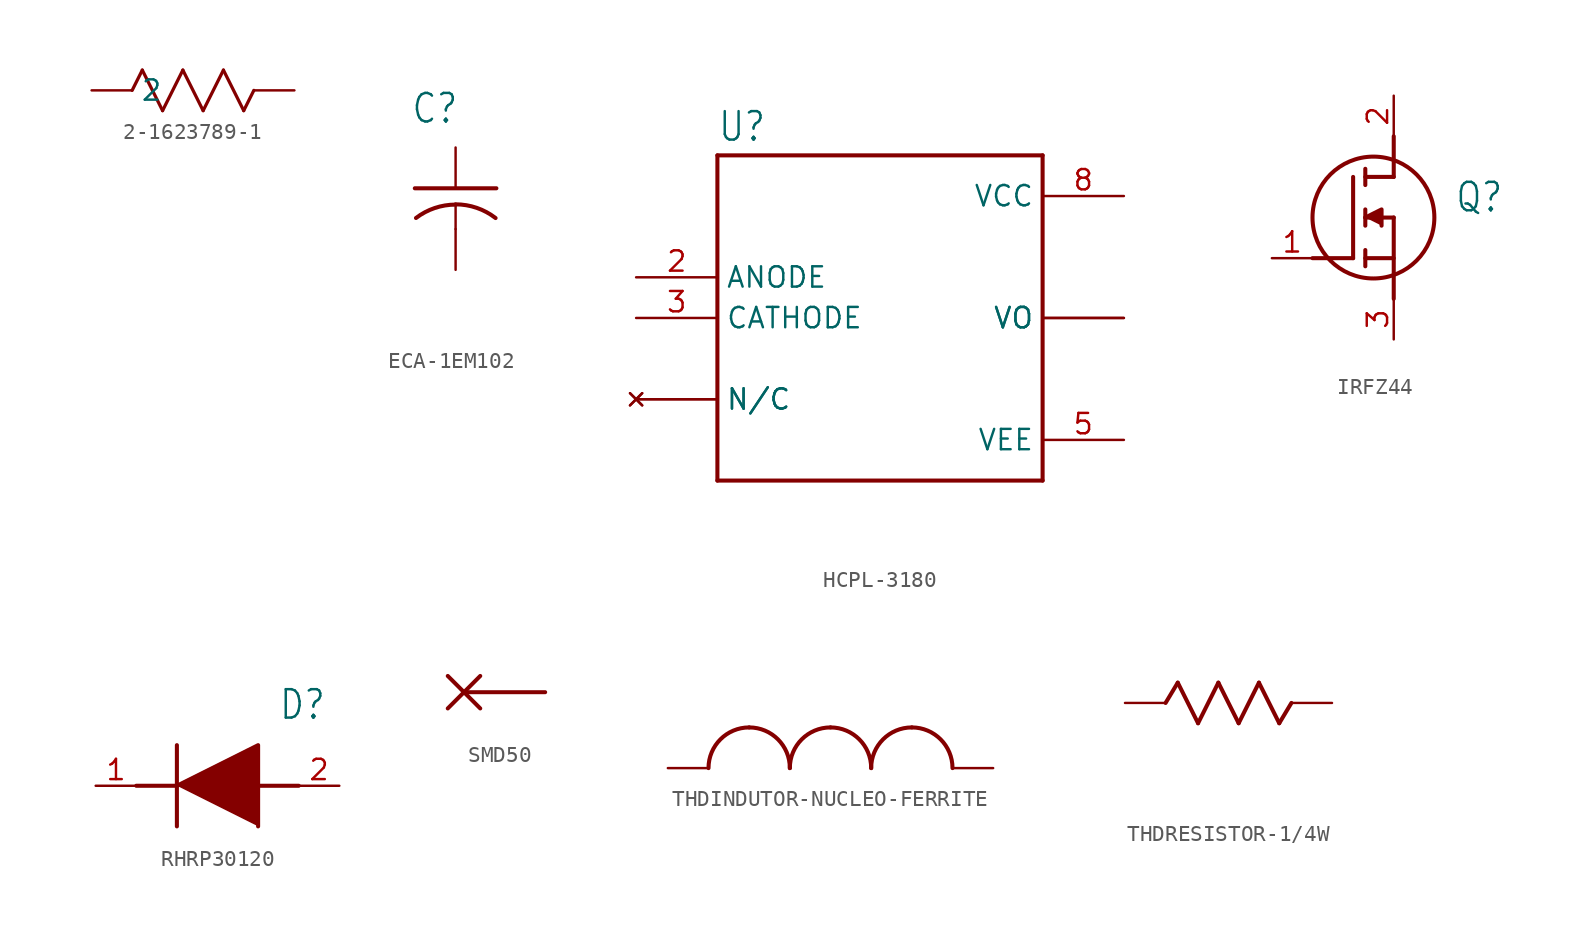
<source format=kicad_sym>
(kicad_symbol_lib
  (version 20231120)
  (generator "kicad_symbol_editor")
  (generator_version "8.0")
  (symbol "2-1623789-1"
    (property "Reference" "R"
      (at -7.264 2.083 0)
      (effects (font (size 3.48 2.958)) (justify left bottom) (hide yes)))
    (property "ki_locked" ""
      (at 0 0 0)
      (effects (font (size 1.27 1.27))))
    (symbol "2-1623789-1_1_0"
      (polyline (pts (xy -2.54 0) (xy -1.905 1.27)) (stroke (width 0.203) (type solid)) (fill (type none)))
      (polyline (pts (xy -1.905 1.27) (xy -0.635 -1.27)) (stroke (width 0.203) (type solid)) (fill (type none)))
      (polyline (pts (xy -0.635 -1.27) (xy 0.635 1.27)) (stroke (width 0.203) (type solid)) (fill (type none)))
      (polyline (pts (xy 0.635 1.27) (xy 1.905 -1.27)) (stroke (width 0.203) (type solid)) (fill (type none)))
      (polyline (pts (xy 1.905 -1.27) (xy 3.175 1.27)) (stroke (width 0.203) (type solid)) (fill (type none)))
      (polyline (pts (xy 3.175 1.27) (xy 4.445 -1.27)) (stroke (width 0.203) (type solid)) (fill (type none)))
      (polyline (pts (xy 4.445 -1.27) (xy 5.08 0)) (stroke (width 0.203) (type solid)) (fill (type none)))
      (pin passive line (at 7.62 0 180) (length 2.54) (name "1" (effects (font (size 0 0)))) (number "1" (effects (font (size 0 0)))))
      (pin passive line (at -5.08 0 0) (length 2.54) (name "2" (effects (font (size 1.27 1.27)))) (number "2" (effects (font (size 0 0)))))))
  (symbol "ECA-1EM102"
    (property "Reference" "C"
      (at -2.794 3.937 0)
      (effects (font (size 1.778 1.511)) (justify left bottom)))
    (property "Value" ""
      (at -3.302 -8.255 0)
      (effects (font (size 1.778 1.511)) (justify left bottom)))
    (property "ki_locked" ""
      (at 0 0 0)
      (effects (font (size 1.27 1.27))))
    (symbol "ECA-1EM102_1_0"
      (arc (start 0 -1.0161) (mid -1.302 -1.2303) (end -2.4668 -1.8504) (stroke (width 0.254) (type solid)) (fill (type none)))
      (polyline (pts (xy -2.54 0) (xy 2.54 0)) (stroke (width 0.254) (type solid)) (fill (type none)))
      (polyline (pts (xy 0 -1.016) (xy 0 -2.54)) (stroke (width 0.152) (type solid)) (fill (type none)))
      (arc (start 2.4892 -1.8541) (mid 1.3158 -1.2194) (end 0 -1) (stroke (width 0.254) (type solid)) (fill (type none)))
      (pin passive line (at 0 2.54 270) (length 2.54) (name "1" (effects (font (size 0 0)))) (number "1" (effects (font (size 0 0)))))
      (pin passive line (at 0 -5.08 90) (length 2.54) (name "2" (effects (font (size 0 0)))) (number "2" (effects (font (size 0 0)))))))
  (symbol "HCPL-3180"
    (property "Reference" "U"
      (at -10.16 10.922 0)
      (effects (font (size 1.778 1.511)) (justify left bottom)))
    (property "Value" ""
      (at -10.16 -12.7 0)
      (effects (font (size 1.778 1.511)) (justify left bottom)))
    (property "ki_locked" ""
      (at 0 0 0)
      (effects (font (size 1.27 1.27))))
    (symbol "HCPL-3180_1_0"
      (polyline (pts (xy -10.16 -10.16) (xy -10.16 10.16)) (stroke (width 0.254) (type solid)) (fill (type none)))
      (polyline (pts (xy -10.16 10.16) (xy 10.16 10.16)) (stroke (width 0.254) (type solid)) (fill (type none)))
      (polyline (pts (xy 10.16 -10.16) (xy -10.16 -10.16)) (stroke (width 0.254) (type solid)) (fill (type none)))
      (polyline (pts (xy 10.16 10.16) (xy 10.16 -10.16)) (stroke (width 0.254) (type solid)) (fill (type none)))
      (pin no_connect line (at -15.24 -5.08 0) (length 5.08) (name "N/C" (effects (font (size 1.27 1.27)))) (number "1" (effects (font (size 0 0)))))
      (pin passive line (at -15.24 2.54 0) (length 5.08) (name "ANODE" (effects (font (size 1.27 1.27)))) (number "2" (effects (font (size 1.27 1.27)))))
      (pin passive line (at -15.24 0 0) (length 5.08) (name "CATHODE" (effects (font (size 1.27 1.27)))) (number "3" (effects (font (size 1.27 1.27)))))
      (pin no_connect line (at -15.24 -5.08 0) (length 5.08) (name "N/C" (effects (font (size 1.27 1.27)))) (number "4" (effects (font (size 0 0)))))
      (pin power_in line (at 15.24 -7.62 180) (length 5.08) (name "VEE" (effects (font (size 1.27 1.27)))) (number "5" (effects (font (size 1.27 1.27)))))
      (pin output line (at 15.24 0 180) (length 5.08) (name "VO" (effects (font (size 1.27 1.27)))) (number "6" (effects (font (size 0 0)))))
      (pin output line (at 15.24 0 180) (length 5.08) (name "VO" (effects (font (size 1.27 1.27)))) (number "7" (effects (font (size 0 0)))))
      (pin power_in line (at 15.24 7.62 180) (length 5.08) (name "VCC" (effects (font (size 1.27 1.27)))) (number "8" (effects (font (size 1.27 1.27)))))))
  (symbol "IRFZ44"
    (property "Reference" "Q"
      (at 11.43 3.81 0)
      (effects (font (size 1.778 1.511)) (justify left)))
    (property "Value" ""
      (at 11.43 1.27 0)
      (effects (font (size 1.778 1.511)) (justify left)))
    (property "ki_locked" ""
      (at 0 0 0)
      (effects (font (size 1.27 1.27))))
    (symbol "IRFZ44_1_0"
      (polyline (pts (xy 2.54 0) (xy 5.08 0)) (stroke (width 0.254) (type solid)) (fill (type none)))
      (polyline (pts (xy 5.08 5.08) (xy 5.08 0)) (stroke (width 0.254) (type solid)) (fill (type none)))
      (polyline (pts (xy 5.842 -0.508) (xy 5.842 0.508)) (stroke (width 0.254) (type solid)) (fill (type none)))
      (polyline (pts (xy 5.842 0) (xy 7.62 0)) (stroke (width 0.254) (type solid)) (fill (type none)))
      (polyline (pts (xy 5.842 2.032) (xy 5.842 3.048)) (stroke (width 0.254) (type solid)) (fill (type none)))
      (polyline (pts (xy 5.842 5.588) (xy 5.842 4.572)) (stroke (width 0.254) (type solid)) (fill (type none)))
      (polyline (pts (xy 7.62 2.54) (xy 5.842 2.54)) (stroke (width 0.254) (type solid)) (fill (type none)))
      (polyline (pts (xy 7.62 2.54) (xy 7.62 -2.54)) (stroke (width 0.254) (type solid)) (fill (type none)))
      (polyline (pts (xy 7.62 5.08) (xy 5.842 5.08)) (stroke (width 0.254) (type solid)) (fill (type none)))
      (polyline (pts (xy 7.62 5.08) (xy 7.62 7.62)) (stroke (width 0.254) (type solid)) (fill (type none)))
      (polyline (pts (xy 5.842 2.54) (xy 6.858 3.048) (xy 6.858 2.032)) (stroke (width 0.254) (type solid)) (fill (type outline)))
      (circle (center 6.35 2.54) (radius 3.81) (stroke (width 0.254) (type solid)) (fill (type none)))
      (pin bidirectional line (at 0 0 0) (length 2.54) (name "G" (effects (font (size 0 0)))) (number "1" (effects (font (size 1.27 1.27)))))
      (pin bidirectional line (at 7.62 10.16 270) (length 2.54) (name "D" (effects (font (size 0 0)))) (number "2" (effects (font (size 1.27 1.27)))))
      (pin bidirectional line (at 7.62 -5.08 90) (length 2.54) (name "S" (effects (font (size 0 0)))) (number "3" (effects (font (size 1.27 1.27)))))))
  (symbol "RHRP30120"
    (property "Reference" "D"
      (at 11.43 5.08 0)
      (effects (font (size 1.778 1.511)) (justify left)))
    (property "Value" ""
      (at 11.43 2.54 0)
      (effects (font (size 1.778 1.511)) (justify left)))
    (property "ki_locked" ""
      (at 0 0 0)
      (effects (font (size 1.27 1.27))))
    (symbol "RHRP30120_1_0"
      (polyline (pts (xy 2.54 0) (xy 5.08 0)) (stroke (width 0.254) (type solid)) (fill (type none)))
      (polyline (pts (xy 5.08 2.54) (xy 5.08 -2.54)) (stroke (width 0.254) (type solid)) (fill (type none)))
      (polyline (pts (xy 10.16 0) (xy 12.7 0)) (stroke (width 0.254) (type solid)) (fill (type none)))
      (polyline (pts (xy 5.08 0) (xy 10.16 2.54) (xy 10.16 -2.54)) (stroke (width 0.254) (type solid)) (fill (type outline)))
      (pin bidirectional line (at 0 0 0) (length 2.54) (name "K" (effects (font (size 0 0)))) (number "1" (effects (font (size 1.27 1.27)))))
      (pin bidirectional line (at 15.24 0 180) (length 2.54) (name "A" (effects (font (size 0 0)))) (number "2" (effects (font (size 1.27 1.27)))))))
  (symbol "SMD50"
    (property "Reference" ""
      (at -1.016 1.778 0)
      (effects (font (size 1.27 1.079)) (justify left bottom) (hide yes)))
    (property "Value" ""
      (at -1.016 -2.54 0)
      (effects (font (size 1.27 1.079)) (justify left bottom)))
    (property "ki_locked" ""
      (at 0 0 0)
      (effects (font (size 1.27 1.27))))
    (symbol "SMD50_1_0"
      (polyline (pts (xy -1.016 -1.016) (xy 0 0)) (stroke (width 0.254) (type solid)) (fill (type none)))
      (polyline (pts (xy -1.016 1.016) (xy 0 0)) (stroke (width 0.254) (type solid)) (fill (type none)))
      (polyline (pts (xy 0 0) (xy 1.016 -1.016)) (stroke (width 0.254) (type solid)) (fill (type none)))
      (polyline (pts (xy 0 0) (xy 1.016 1.016)) (stroke (width 0.254) (type solid)) (fill (type none)))
      (polyline (pts (xy 0 0) (xy 5.08 0)) (stroke (width 0.254) (type solid)) (fill (type none)))
      (pin bidirectional line (at 5.08 0 0) (length 0) (name "P$1" (effects (font (size 0 0)))) (number "P$1" (effects (font (size 0 0)))))))
  (symbol "THDINDUTOR-NUCLEO-FERRITE"
    (property "Reference" ""
      (at 0 7.62 0)
      (effects (font (size 1.778 1.511)) (justify left bottom) (hide yes)))
    (property "Value" ""
      (at 0 5.08 0)
      (effects (font (size 1.778 1.511)) (justify left bottom)))
    (property "ki_locked" ""
      (at 0 0 0)
      (effects (font (size 1.27 1.27))))
    (symbol "THDINDUTOR-NUCLEO-FERRITE_1_0"
      (arc (start 5.08 2.54) (mid 3.2839 1.7961) (end 2.54 0) (stroke (width 0.254) (type solid)) (fill (type none)))
      (arc (start 7.62 0) (mid 6.8761 1.7961) (end 5.08 2.54) (stroke (width 0.254) (type solid)) (fill (type none)))
      (arc (start 10.16 2.54) (mid 8.3639 1.7961) (end 7.62 0) (stroke (width 0.254) (type solid)) (fill (type none)))
      (arc (start 12.7 0) (mid 11.9561 1.7961) (end 10.16 2.54) (stroke (width 0.254) (type solid)) (fill (type none)))
      (arc (start 15.24 2.54) (mid 13.4439 1.7961) (end 12.7 0) (stroke (width 0.254) (type solid)) (fill (type none)))
      (arc (start 17.78 0) (mid 17.0361 1.7961) (end 15.24 2.54) (stroke (width 0.254) (type solid)) (fill (type none)))
      (pin bidirectional line (at 0 0 0) (length 2.54) (name "P$1" (effects (font (size 0 0)))) (number "A1" (effects (font (size 0 0)))))
      (pin bidirectional line (at 20.32 0 180) (length 2.54) (name "P$2" (effects (font (size 0 0)))) (number "A2" (effects (font (size 0 0)))))))
  (symbol "THDRESISTOR-1/4W"
    (property "Reference" ""
      (at 2.54 -3.81 0)
      (effects (font (size 1.778 1.511)) (justify left bottom) (hide yes)))
    (property "Value" ""
      (at 2.54 -6.35 0)
      (effects (font (size 1.778 1.511)) (justify left bottom)))
    (property "ki_locked" ""
      (at 0 0 0)
      (effects (font (size 1.27 1.27))))
    (symbol "THDRESISTOR-1/4W_1_0"
      (polyline (pts (xy 3.81 1.27) (xy 3.048 0)) (stroke (width 0.254) (type solid)) (fill (type none)))
      (polyline (pts (xy 3.81 1.27) (xy 5.08 -1.27)) (stroke (width 0.254) (type solid)) (fill (type none)))
      (polyline (pts (xy 5.08 -1.27) (xy 6.35 1.27)) (stroke (width 0.254) (type solid)) (fill (type none)))
      (polyline (pts (xy 6.35 1.27) (xy 7.62 -1.27)) (stroke (width 0.254) (type solid)) (fill (type none)))
      (polyline (pts (xy 7.62 -1.27) (xy 8.89 1.27)) (stroke (width 0.254) (type solid)) (fill (type none)))
      (polyline (pts (xy 8.89 1.27) (xy 10.16 -1.27)) (stroke (width 0.254) (type solid)) (fill (type none)))
      (polyline (pts (xy 10.16 -1.27) (xy 10.922 0)) (stroke (width 0.254) (type solid)) (fill (type none)))
      (pin bidirectional line (at 0.508 0 0) (length 2.54) (name "1" (effects (font (size 0 0)))) (number "P21" (effects (font (size 0 0)))))
      (pin bidirectional line (at 13.462 0 180) (length 2.54) (name "2" (effects (font (size 0 0)))) (number "P22" (effects (font (size 0 0))))))))
</source>
